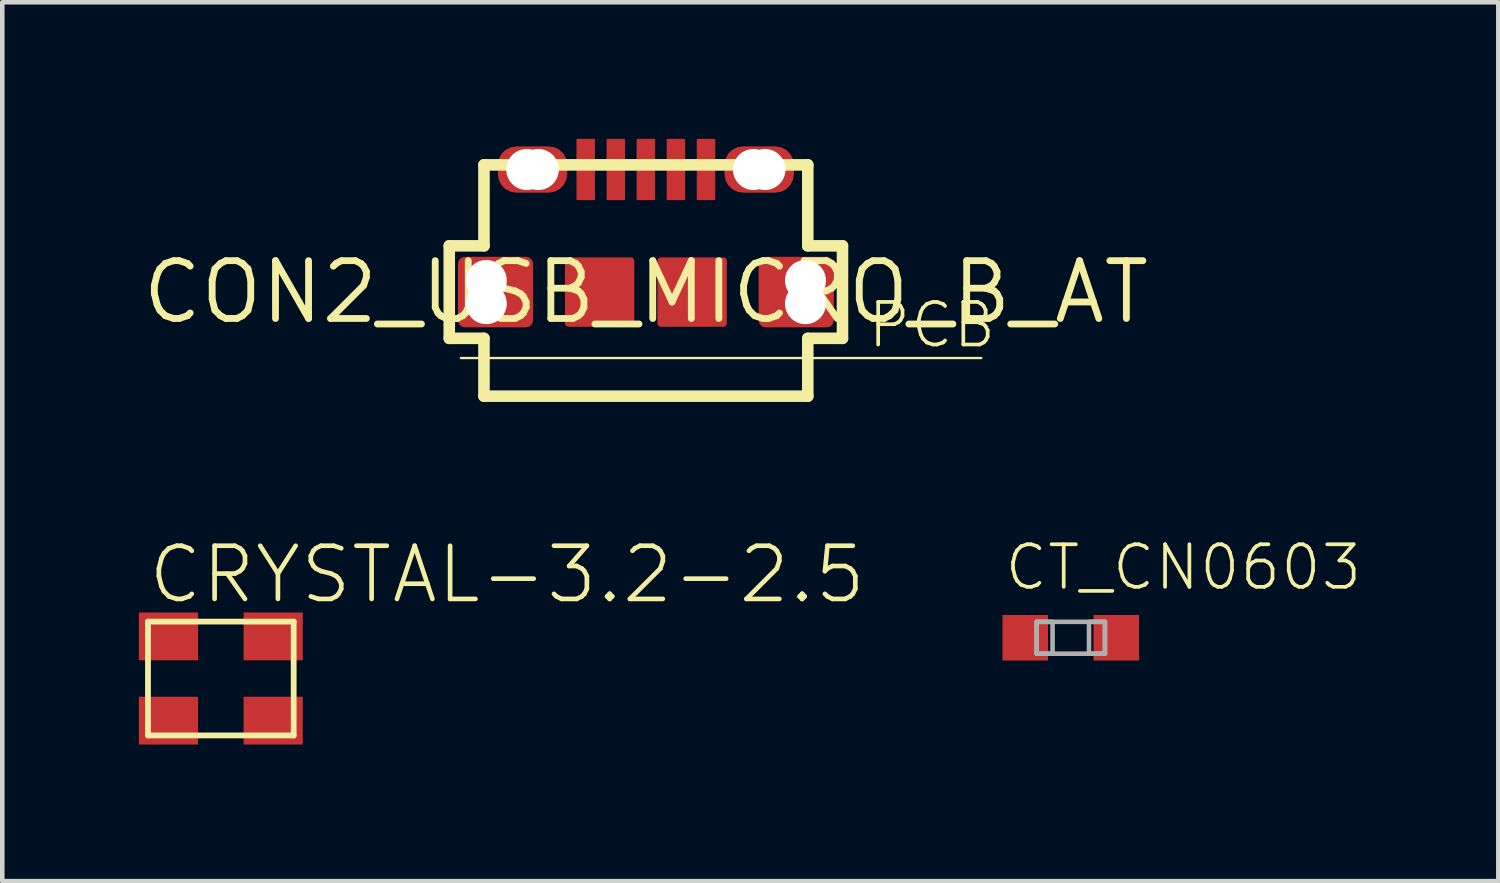
<source format=kicad_pcb>
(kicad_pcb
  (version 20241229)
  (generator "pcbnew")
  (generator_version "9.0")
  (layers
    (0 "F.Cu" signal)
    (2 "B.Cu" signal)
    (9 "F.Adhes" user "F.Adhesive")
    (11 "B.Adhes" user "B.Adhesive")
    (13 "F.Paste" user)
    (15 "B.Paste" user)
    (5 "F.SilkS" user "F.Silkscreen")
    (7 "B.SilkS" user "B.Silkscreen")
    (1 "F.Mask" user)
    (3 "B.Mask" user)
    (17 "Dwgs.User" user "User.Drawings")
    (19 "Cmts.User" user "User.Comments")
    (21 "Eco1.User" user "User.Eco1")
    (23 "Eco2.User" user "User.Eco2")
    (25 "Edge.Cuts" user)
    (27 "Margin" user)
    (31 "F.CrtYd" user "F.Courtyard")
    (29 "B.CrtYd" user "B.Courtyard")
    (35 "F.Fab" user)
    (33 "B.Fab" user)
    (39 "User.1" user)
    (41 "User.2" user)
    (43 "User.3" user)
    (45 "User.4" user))
  (footprint "CRYSTAL-3.2-2.5"
    (layer "F.Cu")
    (at 1.8 11.852)
    (property "Reference" "CRYSTAL-3.2-2.5" (at -1.65 -1.6 0) (layer "F.SilkS") (effects (font (size 1.168 1.168) (thickness 0.102)) (justify left bottom)))
    (fp_line (start -1.6 -1.25) (end 1.6 -1.25) (stroke (width 0.127) (type solid)) (layer "F.SilkS"))
    (fp_line (start -1.6 1.25) (end -1.6 -1.25) (stroke (width 0.127) (type solid)) (layer "F.SilkS"))
    (fp_line (start 1.6 -1.25) (end 1.6 1.25) (stroke (width 0.127) (type solid)) (layer "F.SilkS"))
    (fp_line (start 1.6 1.25) (end -1.6 1.25) (stroke (width 0.127) (type solid)) (layer "F.SilkS"))
    (pad "1" smd rect (at -1.15 0.925 90) (size 1.05 1.3) (layers "F.Cu" "F.Mask" "F.Paste"))
    (pad "2" smd rect (at 1.15 0.925 90) (size 1.05 1.3) (layers "F.Cu" "F.Mask" "F.Paste"))
    (pad "3" smd rect (at 1.15 -0.925 90) (size 1.05 1.3) (layers "F.Cu" "F.Mask" "F.Paste"))
    (pad "4" smd rect (at -1.15 -0.925 90) (size 1.05 1.3) (layers "F.Cu" "F.Mask" "F.Paste")))
  (footprint "CON2_USB_MICRO_B_AT"
    (layer "F.Cu")
    (at 11.135 3.365)
    (property "Reference" "CON2_USB_MICRO_B_AT" (at 0 0 0) (layer "F.SilkS") (effects (font (size 1.27 1.27) (thickness 0.15))))
    (fp_line (start -4.318 -1.016) (end -3.556 -1.016) (stroke (width 0.254) (type solid)) (layer "F.SilkS"))
    (fp_line (start -4.318 1.016) (end -4.318 -1.016) (stroke (width 0.254) (type solid)) (layer "F.SilkS"))
    (fp_line (start -4.064 1.448) (end 7.366 1.448) (stroke (width 0.051) (type solid)) (layer "F.SilkS"))
    (fp_line (start -3.556 -2.794) (end 3.556 -2.794) (stroke (width 0.254) (type solid)) (layer "F.SilkS"))
    (fp_line (start -3.556 -1.016) (end -3.556 -2.794) (stroke (width 0.254) (type solid)) (layer "F.SilkS"))
    (fp_line (start -3.556 1.016) (end -4.318 1.016) (stroke (width 0.254) (type solid)) (layer "F.SilkS"))
    (fp_line (start -3.556 2.286) (end -3.556 1.016) (stroke (width 0.254) (type solid)) (layer "F.SilkS"))
    (fp_line (start 3.556 -2.794) (end 3.556 -1.016) (stroke (width 0.254) (type solid)) (layer "F.SilkS"))
    (fp_line (start 3.556 -1.016) (end 4.318 -1.016) (stroke (width 0.254) (type solid)) (layer "F.SilkS"))
    (fp_line (start 3.556 1.016) (end 3.556 2.286) (stroke (width 0.254) (type solid)) (layer "F.SilkS"))
    (fp_line (start 3.556 2.286) (end -3.556 2.286) (stroke (width 0.254) (type solid)) (layer "F.SilkS"))
    (fp_line (start 4.318 -1.016) (end 4.318 1.016) (stroke (width 0.254) (type solid)) (layer "F.SilkS"))
    (fp_line (start 4.318 1.016) (end 3.556 1.016) (stroke (width 0.254) (type solid)) (layer "F.SilkS"))
    (fp_line (start -4.039 0.432) (end -4.039 -0.432) (stroke (width 0.127) (type solid)) (layer "F.Paste"))
    (fp_line (start -3.937 -0.584) (end -3.937 0.584) (stroke (width 0.127) (type solid)) (layer "F.Paste"))
    (fp_line (start -3.785 -0.686) (end -2.819 -0.686) (stroke (width 0.127) (type solid)) (layer "F.Paste"))
    (fp_line (start -3.15 -2.515) (end -3.15 -2.87) (stroke (width 0.127) (type solid)) (layer "F.Paste"))
    (fp_line (start -3.073 -0.66) (end -2.972 -0.66) (stroke (width 0.127) (type solid)) (layer "F.Paste"))
    (fp_line (start -3.073 0.635) (end -3.073 -0.66) (stroke (width 0.127) (type solid)) (layer "F.Paste"))
    (fp_line (start -3.048 -2.87) (end -3.023 -2.489) (stroke (width 0.127) (type solid)) (layer "F.Paste"))
    (fp_line (start -2.972 -0.66) (end -2.972 0.635) (stroke (width 0.127) (type solid)) (layer "F.Paste"))
    (fp_line (start -2.972 -0.66) (end -2.946 -0.66) (stroke (width 0.127) (type solid)) (layer "F.Paste"))
    (fp_line (start -2.972 0.635) (end -2.845 0.635) (stroke (width 0.127) (type solid)) (layer "F.Paste"))
    (fp_line (start -2.896 -3.124) (end -2.083 -3.124) (stroke (width 0.127) (type solid)) (layer "F.Paste"))
    (fp_line (start -2.845 -0.635) (end -2.743 -0.635) (stroke (width 0.127) (type solid)) (layer "F.Paste"))
    (fp_line (start -2.845 0.635) (end -2.845 -0.635) (stroke (width 0.127) (type solid)) (layer "F.Paste"))
    (fp_line (start -2.819 0.686) (end -3.785 0.686) (stroke (width 0.127) (type solid)) (layer "F.Paste"))
    (fp_line (start -2.743 -0.635) (end -2.743 0.635) (stroke (width 0.127) (type solid)) (layer "F.Paste"))
    (fp_line (start -2.743 0.635) (end -2.692 0.635) (stroke (width 0.127) (type solid)) (layer "F.Paste"))
    (fp_line (start -2.692 0.635) (end -2.692 -0.635) (stroke (width 0.127) (type solid)) (layer "F.Paste"))
    (fp_line (start -2.565 -0.432) (end -2.565 0.432) (stroke (width 0.127) (type solid)) (layer "F.Paste"))
    (fp_line (start -2.083 -2.261) (end -2.896 -2.261) (stroke (width 0.127) (type solid)) (layer "F.Paste"))
    (fp_line (start -1.956 -2.489) (end -1.956 -2.896) (stroke (width 0.127) (type solid)) (layer "F.Paste"))
    (fp_line (start -1.829 -2.87) (end -1.829 -2.515) (stroke (width 0.127) (type solid)) (layer "F.Paste"))
    (fp_line (start 1.829 -2.515) (end 1.829 -2.87) (stroke (width 0.127) (type solid)) (layer "F.Paste"))
    (fp_line (start 1.93 -2.87) (end 1.93 -2.515) (stroke (width 0.127) (type solid)) (layer "F.Paste"))
    (fp_line (start 2.083 -3.124) (end 2.896 -3.124) (stroke (width 0.127) (type solid)) (layer "F.Paste"))
    (fp_line (start 2.591 0.432) (end 2.591 -0.432) (stroke (width 0.127) (type solid)) (layer "F.Paste"))
    (fp_line (start 2.692 -0.584) (end 2.692 0.584) (stroke (width 0.127) (type solid)) (layer "F.Paste"))
    (fp_line (start 2.692 0.584) (end 2.819 0.584) (stroke (width 0.127) (type solid)) (layer "F.Paste"))
    (fp_line (start 2.819 -0.584) (end 2.946 -0.584) (stroke (width 0.127) (type solid)) (layer "F.Paste"))
    (fp_line (start 2.819 0.584) (end 2.819 -0.584) (stroke (width 0.127) (type solid)) (layer "F.Paste"))
    (fp_line (start 2.845 -0.686) (end 3.759 -0.686) (stroke (width 0.127) (type solid)) (layer "F.Paste"))
    (fp_line (start 2.896 -2.261) (end 2.083 -2.261) (stroke (width 0.127) (type solid)) (layer "F.Paste"))
    (fp_line (start 2.946 -0.584) (end 2.946 0.61) (stroke (width 0.127) (type solid)) (layer "F.Paste"))
    (fp_line (start 2.946 0.61) (end 3.048 0.61) (stroke (width 0.127) (type solid)) (layer "F.Paste"))
    (fp_line (start 3.023 -2.896) (end 3.023 -2.489) (stroke (width 0.127) (type solid)) (layer "F.Paste"))
    (fp_line (start 3.073 0.584) (end 3.073 -0.61) (stroke (width 0.127) (type solid)) (layer "F.Paste"))
    (fp_line (start 3.15 -2.87) (end 3.15 -2.515) (stroke (width 0.127) (type solid)) (layer "F.Paste"))
    (fp_line (start 3.759 0.686) (end 2.845 0.686) (stroke (width 0.127) (type solid)) (layer "F.Paste"))
    (fp_line (start 3.912 -0.584) (end 3.912 0.584) (stroke (width 0.127) (type solid)) (layer "F.Paste"))
    (fp_line (start 4.013 -0.432) (end 4.013 0.432) (stroke (width 0.127) (type solid)) (layer "F.Paste"))
    (fp_arc (start -4.0386 -0.4318) (mid -3.964205 -0.611405) (end -3.7846 -0.6858) (stroke (width 0.127) (type solid)) (layer "F.Paste"))
    (fp_arc (start -3.7846 0.6858) (mid -3.964205 0.611405) (end -4.0386 0.4318) (stroke (width 0.127) (type solid)) (layer "F.Paste"))
    (fp_arc (start -3.1496 -2.8702) (mid -3.075205 -3.049805) (end -2.8956 -3.1242) (stroke (width 0.127) (type solid)) (layer "F.Paste"))
    (fp_arc (start -3.048 -2.8702) (mid -3.003363 -2.977963) (end -2.8956 -3.0226) (stroke (width 0.127) (type solid)) (layer "F.Paste"))
    (fp_arc (start -2.8956 -2.3622) (mid -2.985403 -2.399397) (end -3.0226 -2.4892) (stroke (width 0.127) (type solid)) (layer "F.Paste"))
    (fp_arc (start -2.8956 -2.2606) (mid -3.075205 -2.334995) (end -3.1496 -2.5146) (stroke (width 0.127) (type solid)) (layer "F.Paste"))
    (fp_arc (start -2.8194 -0.6858) (mid -2.639795 -0.611405) (end -2.5654 -0.4318) (stroke (width 0.127) (type solid)) (layer "F.Paste"))
    (fp_arc (start -2.5654 0.4318) (mid -2.639795 0.611405) (end -2.8194 0.6858) (stroke (width 0.127) (type solid)) (layer "F.Paste"))
    (fp_arc (start -2.0828 -3.1242) (mid -1.903195 -3.049805) (end -1.8288 -2.8702) (stroke (width 0.127) (type solid)) (layer "F.Paste"))
    (fp_arc (start -2.0828 -3.0226) (mid -1.992997 -2.985403) (end -1.9558 -2.8956) (stroke (width 0.127) (type solid)) (layer "F.Paste"))
    (fp_arc (start -1.9558 -2.4892) (mid -1.992997 -2.399397) (end -2.0828 -2.3622) (stroke (width 0.127) (type solid)) (layer "F.Paste"))
    (fp_arc (start -1.8288 -2.5146) (mid -1.903195 -2.334995) (end -2.0828 -2.2606) (stroke (width 0.127) (type solid)) (layer "F.Paste"))
    (fp_arc (start 1.8288 -2.8702) (mid 1.903195 -3.049805) (end 2.0828 -3.1242) (stroke (width 0.127) (type solid)) (layer "F.Paste"))
    (fp_arc (start 1.9304 -2.8702) (mid 1.967597 -2.960003) (end 2.0574 -2.9972) (stroke (width 0.127) (type solid)) (layer "F.Paste"))
    (fp_arc (start 2.0574 -2.3876) (mid 1.967597 -2.424797) (end 1.9304 -2.5146) (stroke (width 0.127) (type solid)) (layer "F.Paste"))
    (fp_arc (start 2.0828 -2.2606) (mid 1.903195 -2.334995) (end 1.8288 -2.5146) (stroke (width 0.127) (type solid)) (layer "F.Paste"))
    (fp_arc (start 2.5908 -0.4318) (mid 2.665195 -0.611405) (end 2.8448 -0.6858) (stroke (width 0.127) (type solid)) (layer "F.Paste"))
    (fp_arc (start 2.8448 0.6858) (mid 2.665195 0.611405) (end 2.5908 0.4318) (stroke (width 0.127) (type solid)) (layer "F.Paste"))
    (fp_arc (start 2.8956 -3.1242) (mid 3.075205 -3.049805) (end 3.1496 -2.8702) (stroke (width 0.127) (type solid)) (layer "F.Paste"))
    (fp_arc (start 2.8956 -3.0226) (mid 2.985403 -2.985403) (end 3.0226 -2.8956) (stroke (width 0.127) (type solid)) (layer "F.Paste"))
    (fp_arc (start 3.0226 -2.4892) (mid 2.985403 -2.399397) (end 2.8956 -2.3622) (stroke (width 0.127) (type solid)) (layer "F.Paste"))
    (fp_arc (start 3.0734 0.5842) (mid 3.065961 0.602161) (end 3.048 0.6096) (stroke (width 0.127) (type solid)) (layer "F.Paste"))
    (fp_arc (start 3.1496 -2.5146) (mid 3.075205 -2.334995) (end 2.8956 -2.2606) (stroke (width 0.127) (type solid)) (layer "F.Paste"))
    (fp_arc (start 3.7592 -0.6858) (mid 3.938805 -0.611405) (end 4.0132 -0.4318) (stroke (width 0.127) (type solid)) (layer "F.Paste"))
    (fp_arc (start 4.0132 0.4318) (mid 3.938805 0.611405) (end 3.7592 0.6858) (stroke (width 0.127) (type solid)) (layer "F.Paste"))
    (fp_text user "PCB" (at 4.826 1.27 0) (layer "F.SilkS") (effects (font (size 0.935 0.935) (thickness 0.081)) (justify left bottom)))
    (pad "" np_thru_hole circle (at -3.505 -0.254) (size 0.9 0.9) (drill 0.9) (layers "*.Cu" "*.Mask"))
    (pad "" np_thru_hole circle (at -3.505 0.254) (size 0.9 0.9) (drill 0.9) (layers "*.Cu" "*.Mask"))
    (pad "" np_thru_hole circle (at -2.616 -2.692) (size 0.9 0.9) (drill 0.9) (layers "*.Cu" "*.Mask"))
    (pad "" np_thru_hole circle (at -2.362 -2.692) (size 0.9 0.9) (drill 0.9) (layers "*.Cu" "*.Mask"))
    (pad "" np_thru_hole circle (at 2.362 -2.692) (size 0.9 0.9) (drill 0.9) (layers "*.Cu" "*.Mask"))
    (pad "" np_thru_hole circle (at 2.616 -2.692) (size 0.9 0.9) (drill 0.9) (layers "*.Cu" "*.Mask"))
    (pad "" np_thru_hole circle (at 3.505 -0.254) (size 0.9 0.9) (drill 0.9) (layers "*.Cu" "*.Mask"))
    (pad "" np_thru_hole circle (at 3.505 0.254) (size 0.9 0.9) (drill 0.9) (layers "*.Cu" "*.Mask"))
    (pad "P1" smd roundrect (at -1.321 -2.692) (size 0.406 1.346) (layers "F.Cu" "F.Mask" "F.Paste") (roundrect_rratio 0.05))
    (pad "P2" smd roundrect (at -0.66 -2.692) (size 0.406 1.346) (layers "F.Cu" "F.Mask" "F.Paste") (roundrect_rratio 0.05))
    (pad "P3" smd roundrect (at 0 -2.692) (size 0.406 1.346) (layers "F.Cu" "F.Mask" "F.Paste") (roundrect_rratio 0.05))
    (pad "P4" smd roundrect (at 0.66 -2.692) (size 0.406 1.346) (layers "F.Cu" "F.Mask" "F.Paste") (roundrect_rratio 0.05))
    (pad "P5" smd roundrect (at 1.321 -2.692) (size 0.406 1.346) (layers "F.Cu" "F.Mask" "F.Paste") (roundrect_rratio 0.05))
    (pad "S1" smd roundrect (at -3.302 0) (size 1.651 1.549) (layers "F.Cu" "F.Mask") (roundrect_rratio 0.1))
    (pad "S2" smd roundrect (at 3.302 0) (size 1.651 1.549) (layers "F.Cu" "F.Mask") (roundrect_rratio 0.1))
    (pad "S3" smd roundrect (at -2.489 -2.692) (size 1.524 1.016) (layers "F.Cu" "F.Mask") (roundrect_rratio 0.4))
    (pad "S4" smd roundrect (at 2.489 -2.692) (size 1.524 1.016) (layers "F.Cu" "F.Mask") (roundrect_rratio 0.4))
    (pad "S5" smd roundrect (at -1.016 0) (size 1.524 1.524) (layers "F.Cu" "F.Mask" "F.Paste") (roundrect_rratio 0.05))
    (pad "S6" smd roundrect (at 1.016 0) (size 1.524 1.524) (layers "F.Cu" "F.Mask" "F.Paste") (roundrect_rratio 0.05)))
  (footprint "CT_CN0603"
    (layer "F.Cu")
    (at 20.467 10.957)
    (property "Reference" "CT_CN0603" (at -1.5 -1 0) (layer "F.SilkS") (effects (font (size 0.935 0.935) (thickness 0.081)) (justify left bottom)))
    (fp_line (start -0.75 -0.35) (end 0.75 -0.35) (stroke (width 0.102) (type solid)) (layer "F.Fab"))
    (fp_line (start -0.75 0.35) (end -0.75 -0.35) (stroke (width 0.102) (type solid)) (layer "F.Fab"))
    (fp_line (start 0.75 -0.35) (end 0.75 0.35) (stroke (width 0.102) (type solid)) (layer "F.Fab"))
    (fp_line (start 0.75 0.35) (end -0.75 0.35) (stroke (width 0.102) (type solid)) (layer "F.Fab"))
    (fp_poly (pts (xy -0.75 0.35) (xy -0.4 0.35) (xy -0.4 -0.35) (xy -0.75 -0.35)) (stroke (width 0.1) (type default)) (fill no) (layer "F.Fab"))
    (fp_poly (pts (xy 0.75 -0.35) (xy 0.4 -0.35) (xy 0.4 0.35) (xy 0.75 0.35)) (stroke (width 0.1) (type default)) (fill no) (layer "F.Fab"))
    (pad "1" smd rect (at -1 0) (size 1 1) (layers "F.Cu" "F.Mask" "F.Paste"))
    (pad "2" smd rect (at 1 0) (size 1 1) (layers "F.Cu" "F.Mask" "F.Paste")))
  (gr_rect
    (start -3 -3)
    (end 29.857 16.302)
    (stroke (width 0.1) (type default))
    (fill no)
    (layer "Edge.Cuts")))
</source>
